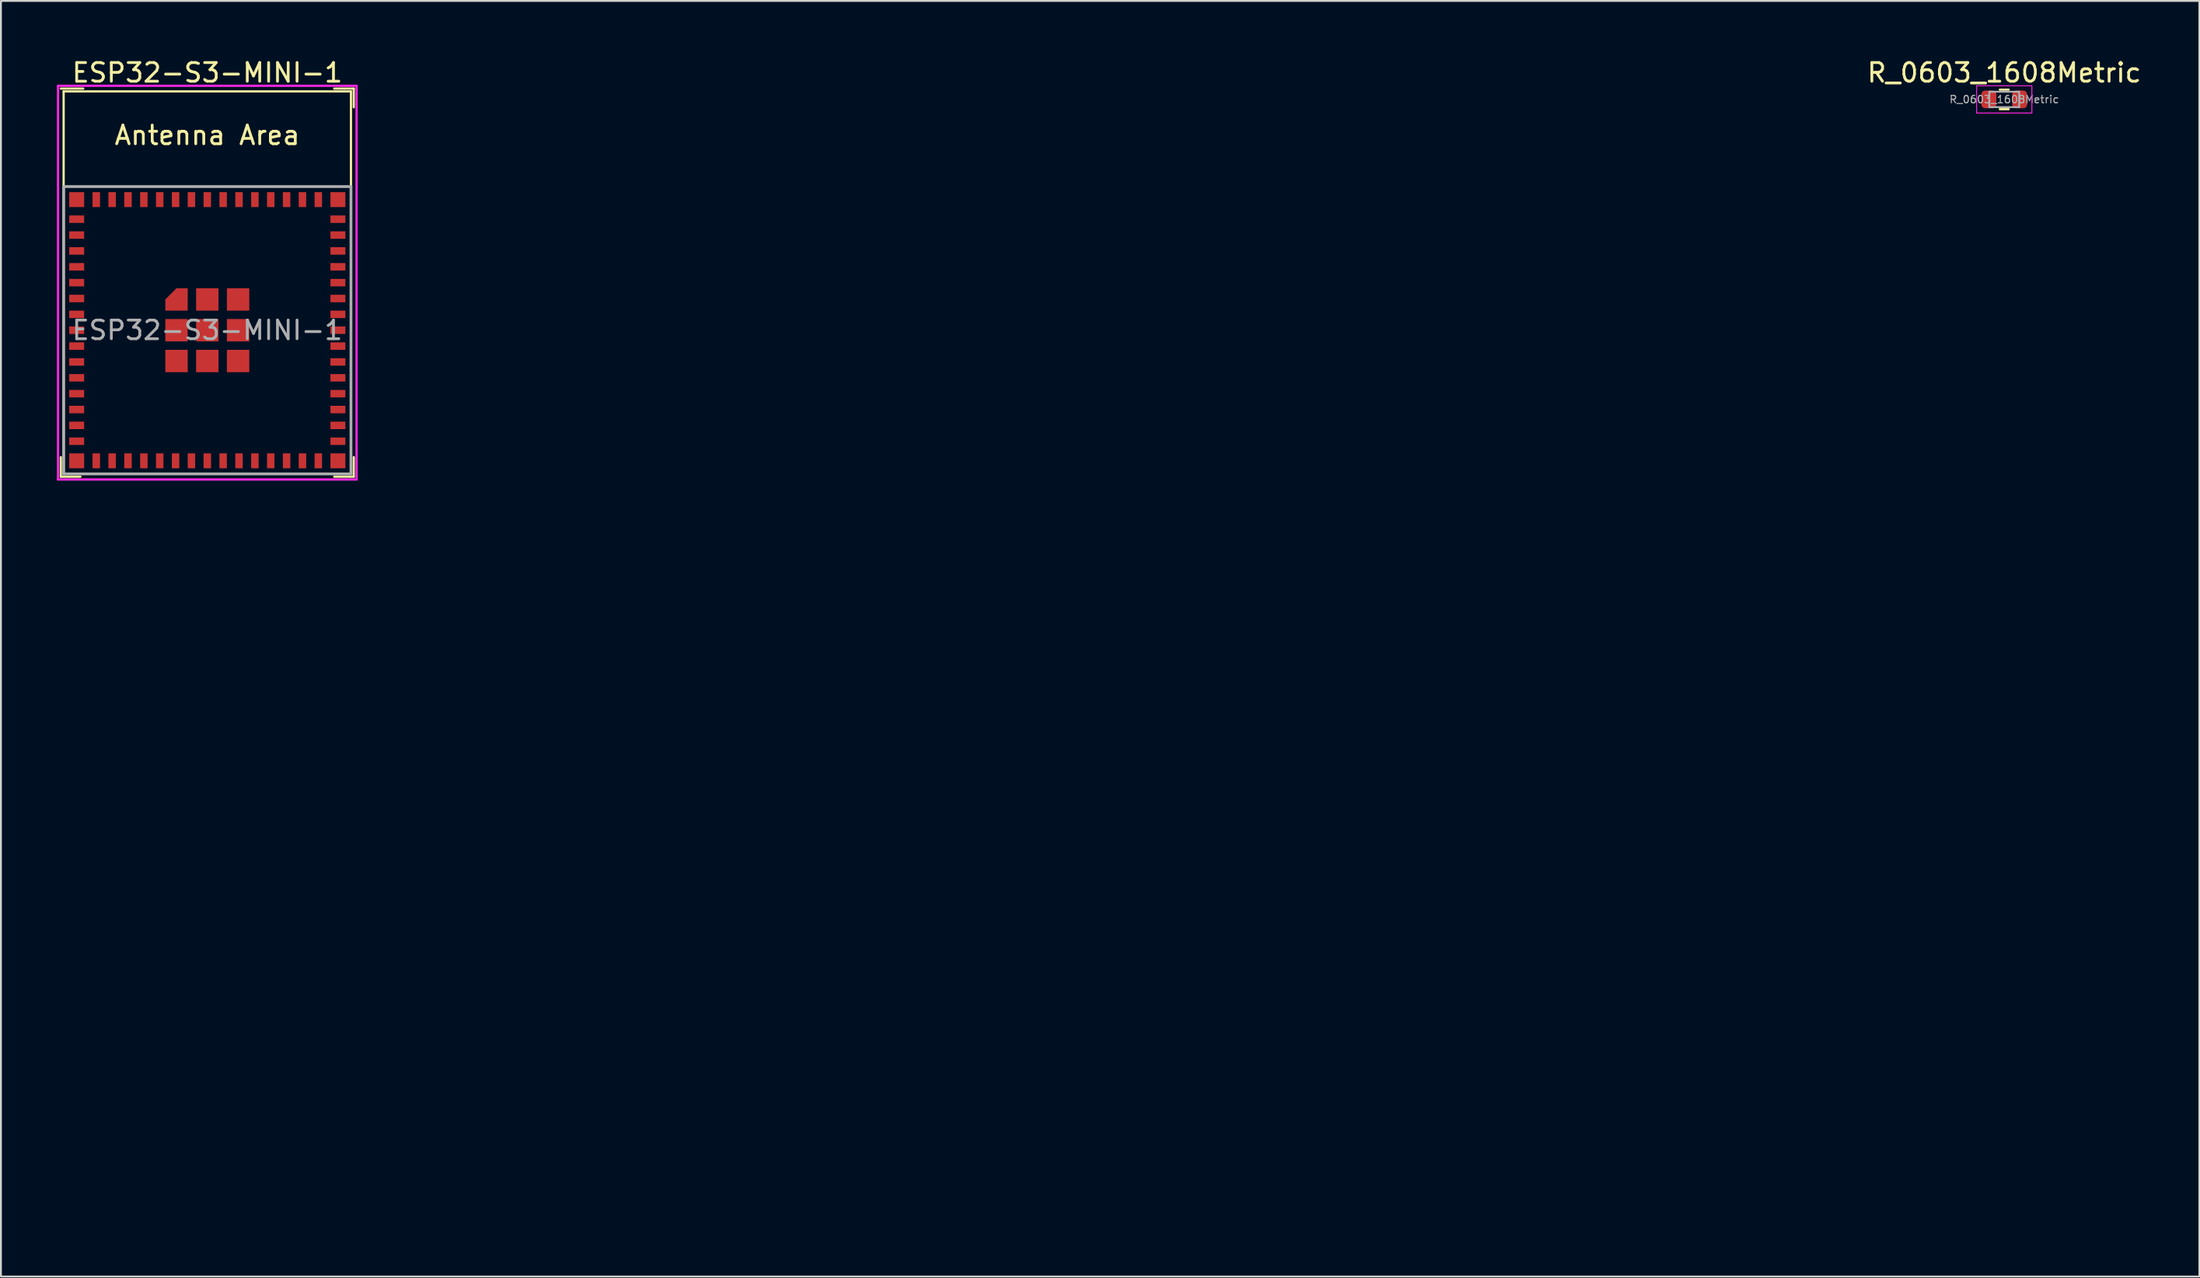
<source format=kicad_pcb>
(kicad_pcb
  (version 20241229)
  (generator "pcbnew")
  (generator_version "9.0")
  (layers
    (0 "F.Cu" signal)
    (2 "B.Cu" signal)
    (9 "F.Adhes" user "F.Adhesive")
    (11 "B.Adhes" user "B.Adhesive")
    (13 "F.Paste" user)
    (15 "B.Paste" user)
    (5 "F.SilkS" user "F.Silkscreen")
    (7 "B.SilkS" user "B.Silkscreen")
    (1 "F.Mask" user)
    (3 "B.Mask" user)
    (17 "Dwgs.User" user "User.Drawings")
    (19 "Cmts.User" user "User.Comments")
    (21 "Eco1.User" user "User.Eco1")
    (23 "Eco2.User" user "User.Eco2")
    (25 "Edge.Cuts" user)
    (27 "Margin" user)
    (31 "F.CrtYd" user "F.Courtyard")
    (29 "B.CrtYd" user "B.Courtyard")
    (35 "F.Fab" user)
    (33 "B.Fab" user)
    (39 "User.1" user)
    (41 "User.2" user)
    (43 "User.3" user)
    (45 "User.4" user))
  (footprint "ESP32-S3-MINI-1"
    (layer "F.Cu")
    (at 8.06 14.648)
    (property "Reference" "ESP32-S3-MINI-1" (at 0 -13.8 0) (layer "F.SilkS") (effects (font (size 1 1) (thickness 0.15))))
    (attr smd)
    (fp_line (start -7.85 7.85) (end -7.85 6.8) (stroke (width 0.12) (type solid)) (layer "F.SilkS"))
    (fp_line (start -7.7 -12.8) (end -7.7 -7.7) (stroke (width 0.12) (type solid)) (layer "F.SilkS"))
    (fp_line (start -7.7 -12.8) (end 7.7 -12.8) (stroke (width 0.12) (type solid)) (layer "F.SilkS"))
    (fp_line (start -7.7 7.7) (end -7.7 -7.7) (stroke (width 0.12) (type solid)) (layer "F.SilkS"))
    (fp_line (start -6.8 7.85) (end -7.85 7.85) (stroke (width 0.12) (type solid)) (layer "F.SilkS"))
    (fp_line (start -6.65 -12.95) (end -7.85 -12.95) (stroke (width 0.12) (type solid)) (layer "F.SilkS"))
    (fp_line (start 6.8 -12.95) (end 7.85 -12.95) (stroke (width 0.12) (type solid)) (layer "F.SilkS"))
    (fp_line (start 6.8 7.85) (end 7.85 7.85) (stroke (width 0.12) (type solid)) (layer "F.SilkS"))
    (fp_line (start 7.7 -12.8) (end 7.7 -7.7) (stroke (width 0.12) (type solid)) (layer "F.SilkS"))
    (fp_line (start 7.7 -7.7) (end 7.7 7.7) (stroke (width 0.12) (type solid)) (layer "F.SilkS"))
    (fp_line (start 7.7 7.7) (end -7.7 7.7) (stroke (width 0.12) (type solid)) (layer "F.SilkS"))
    (fp_line (start 7.85 -12.95) (end 7.85 -11.95) (stroke (width 0.12) (type solid)) (layer "F.SilkS"))
    (fp_line (start 7.85 7.85) (end 7.85 6.8) (stroke (width 0.12) (type solid)) (layer "F.SilkS"))
    (fp_line (start -8 -13.1) (end -8 8) (stroke (width 0.12) (type solid)) (layer "F.CrtYd"))
    (fp_line (start -8 8) (end 8 8) (stroke (width 0.12) (type solid)) (layer "F.CrtYd"))
    (fp_line (start 8 -13.1) (end -8 -13.1) (stroke (width 0.12) (type solid)) (layer "F.CrtYd"))
    (fp_line (start 8 8) (end 8 -13.1) (stroke (width 0.12) (type solid)) (layer "F.CrtYd"))
    (fp_line (start -7.7 -7.7) (end -7.7 7.7) (stroke (width 0.15) (type solid)) (layer "F.Fab"))
    (fp_line (start -7.7 7.7) (end 7.7 7.7) (stroke (width 0.15) (type solid)) (layer "F.Fab"))
    (fp_line (start 7.7 -7.7) (end -7.7 -7.7) (stroke (width 0.15) (type solid)) (layer "F.Fab"))
    (fp_line (start 7.7 7.7) (end 7.7 -7.7) (stroke (width 0.15) (type solid)) (layer "F.Fab"))
    (fp_text user "Antenna Area" (at 0 -10.45 0) (layer "F.SilkS") (effects (font (size 1 1) (thickness 0.15))))
    (fp_text user "${REFERENCE}" (at 0 0 0) (layer "F.Fab") (effects (font (size 1 1) (thickness 0.15))))
    (pad "1" smd rect (at -7 -5.95 90) (size 0.4 0.8) (layers "F.Cu" "F.Mask" "F.Paste"))
    (pad "2" smd rect (at -7 -5.1 90) (size 0.4 0.8) (layers "F.Cu" "F.Mask" "F.Paste"))
    (pad "3" smd rect (at -7 -4.25 90) (size 0.4 0.8) (layers "F.Cu" "F.Mask" "F.Paste"))
    (pad "4" smd rect (at -7 -3.4 90) (size 0.4 0.8) (layers "F.Cu" "F.Mask" "F.Paste"))
    (pad "5" smd rect (at -7 -2.55 90) (size 0.4 0.8) (layers "F.Cu" "F.Mask" "F.Paste"))
    (pad "6" smd rect (at -7 -1.7 90) (size 0.4 0.8) (layers "F.Cu" "F.Mask" "F.Paste"))
    (pad "7" smd rect (at -7 -0.85 90) (size 0.4 0.8) (layers "F.Cu" "F.Mask" "F.Paste"))
    (pad "8" smd rect (at -7 0 90) (size 0.4 0.8) (layers "F.Cu" "F.Mask" "F.Paste"))
    (pad "9" smd rect (at -7 0.85 90) (size 0.4 0.8) (layers "F.Cu" "F.Mask" "F.Paste"))
    (pad "10" smd rect (at -7 1.7 90) (size 0.4 0.8) (layers "F.Cu" "F.Mask" "F.Paste"))
    (pad "11" smd rect (at -7 2.55 90) (size 0.4 0.8) (layers "F.Cu" "F.Mask" "F.Paste"))
    (pad "12" smd rect (at -7 3.4 90) (size 0.4 0.8) (layers "F.Cu" "F.Mask" "F.Paste"))
    (pad "13" smd rect (at -7 4.25 90) (size 0.4 0.8) (layers "F.Cu" "F.Mask" "F.Paste"))
    (pad "14" smd rect (at -7 5.1 90) (size 0.4 0.8) (layers "F.Cu" "F.Mask" "F.Paste"))
    (pad "15" smd rect (at -7 5.95 90) (size 0.4 0.8) (layers "F.Cu" "F.Mask" "F.Paste"))
    (pad "16" smd rect (at -5.95 7) (size 0.4 0.8) (layers "F.Cu" "F.Mask" "F.Paste"))
    (pad "17" smd rect (at -5.1 7) (size 0.4 0.8) (layers "F.Cu" "F.Mask" "F.Paste"))
    (pad "18" smd rect (at -4.25 7) (size 0.4 0.8) (layers "F.Cu" "F.Mask" "F.Paste"))
    (pad "19" smd rect (at -3.4 7) (size 0.4 0.8) (layers "F.Cu" "F.Mask" "F.Paste"))
    (pad "20" smd rect (at -2.55 7) (size 0.4 0.8) (layers "F.Cu" "F.Mask" "F.Paste"))
    (pad "21" smd rect (at -1.7 7) (size 0.4 0.8) (layers "F.Cu" "F.Mask" "F.Paste"))
    (pad "22" smd rect (at -0.85 7) (size 0.4 0.8) (layers "F.Cu" "F.Mask" "F.Paste"))
    (pad "23" smd rect (at 0 7) (size 0.4 0.8) (layers "F.Cu" "F.Mask" "F.Paste"))
    (pad "24" smd rect (at 0.85 7) (size 0.4 0.8) (layers "F.Cu" "F.Mask" "F.Paste"))
    (pad "25" smd rect (at 1.7 7) (size 0.4 0.8) (layers "F.Cu" "F.Mask" "F.Paste"))
    (pad "26" smd rect (at 2.55 7) (size 0.4 0.8) (layers "F.Cu" "F.Mask" "F.Paste"))
    (pad "27" smd rect (at 3.4 7) (size 0.4 0.8) (layers "F.Cu" "F.Mask" "F.Paste"))
    (pad "28" smd rect (at 4.25 7) (size 0.4 0.8) (layers "F.Cu" "F.Mask" "F.Paste"))
    (pad "29" smd rect (at 5.1 7) (size 0.4 0.8) (layers "F.Cu" "F.Mask" "F.Paste"))
    (pad "30" smd rect (at 5.95 7) (size 0.4 0.8) (layers "F.Cu" "F.Mask" "F.Paste"))
    (pad "31" smd rect (at 7 5.95 90) (size 0.4 0.8) (layers "F.Cu" "F.Mask" "F.Paste"))
    (pad "32" smd rect (at 7 5.1 90) (size 0.4 0.8) (layers "F.Cu" "F.Mask" "F.Paste"))
    (pad "33" smd rect (at 7 4.25 90) (size 0.4 0.8) (layers "F.Cu" "F.Mask" "F.Paste"))
    (pad "34" smd rect (at 7 3.4 90) (size 0.4 0.8) (layers "F.Cu" "F.Mask" "F.Paste"))
    (pad "35" smd rect (at 7 2.55 90) (size 0.4 0.8) (layers "F.Cu" "F.Mask" "F.Paste"))
    (pad "36" smd rect (at 7 1.7 90) (size 0.4 0.8) (layers "F.Cu" "F.Mask" "F.Paste"))
    (pad "37" smd rect (at 7 0.85 90) (size 0.4 0.8) (layers "F.Cu" "F.Mask" "F.Paste"))
    (pad "38" smd rect (at 7 0 90) (size 0.4 0.8) (layers "F.Cu" "F.Mask" "F.Paste"))
    (pad "39" smd rect (at 7 -0.85 90) (size 0.4 0.8) (layers "F.Cu" "F.Mask" "F.Paste"))
    (pad "40" smd rect (at 7 -1.7 90) (size 0.4 0.8) (layers "F.Cu" "F.Mask" "F.Paste"))
    (pad "41" smd rect (at 7 -2.55 90) (size 0.4 0.8) (layers "F.Cu" "F.Mask" "F.Paste"))
    (pad "42" smd rect (at 7 -3.4 90) (size 0.4 0.8) (layers "F.Cu" "F.Mask" "F.Paste"))
    (pad "43" smd rect (at 7 -4.25 90) (size 0.4 0.8) (layers "F.Cu" "F.Mask" "F.Paste"))
    (pad "44" smd rect (at 7 -5.1 90) (size 0.4 0.8) (layers "F.Cu" "F.Mask" "F.Paste"))
    (pad "45" smd rect (at 7 -5.95 90) (size 0.4 0.8) (layers "F.Cu" "F.Mask" "F.Paste"))
    (pad "46" smd rect (at 5.95 -7) (size 0.4 0.8) (layers "F.Cu" "F.Mask" "F.Paste"))
    (pad "47" smd rect (at 5.1 -7) (size 0.4 0.8) (layers "F.Cu" "F.Mask" "F.Paste"))
    (pad "48" smd rect (at 4.25 -7) (size 0.4 0.8) (layers "F.Cu" "F.Mask" "F.Paste"))
    (pad "49" smd rect (at 3.4 -7) (size 0.4 0.8) (layers "F.Cu" "F.Mask" "F.Paste"))
    (pad "50" smd rect (at 2.55 -7) (size 0.4 0.8) (layers "F.Cu" "F.Mask" "F.Paste"))
    (pad "51" smd rect (at 1.7 -7) (size 0.4 0.8) (layers "F.Cu" "F.Mask" "F.Paste"))
    (pad "52" smd rect (at 0.85 -7) (size 0.4 0.8) (layers "F.Cu" "F.Mask" "F.Paste"))
    (pad "53" smd rect (at 0 -7) (size 0.4 0.8) (layers "F.Cu" "F.Mask" "F.Paste"))
    (pad "54" smd rect (at -0.85 -7) (size 0.4 0.8) (layers "F.Cu" "F.Mask" "F.Paste"))
    (pad "55" smd rect (at -1.7 -7) (size 0.4 0.8) (layers "F.Cu" "F.Mask" "F.Paste"))
    (pad "56" smd rect (at -2.55 -7) (size 0.4 0.8) (layers "F.Cu" "F.Mask" "F.Paste"))
    (pad "57" smd rect (at -3.4 -7) (size 0.4 0.8) (layers "F.Cu" "F.Mask" "F.Paste"))
    (pad "58" smd rect (at -4.25 -7) (size 0.4 0.8) (layers "F.Cu" "F.Mask" "F.Paste"))
    (pad "59" smd rect (at -5.1 -7) (size 0.4 0.8) (layers "F.Cu" "F.Mask" "F.Paste"))
    (pad "60" smd rect (at -5.95 -7) (size 0.4 0.8) (layers "F.Cu" "F.Mask" "F.Paste"))
    (pad "61" smd custom (at -1.65 -1.65) (size 0.6 0.6) (layers "F.Cu" "F.Mask" "F.Paste") (options (anchor rect)) (primitives (gr_poly (pts (xy 0.6 0.6) (xy -0.6 0.6) (xy -0.6 0) (xy 0 -0.6) (xy 0.6 -0.6)) (width 0) (fill yes))))
    (pad "61" smd rect (at -1.65 0) (size 1.2 1.2) (layers "F.Cu" "F.Mask" "F.Paste"))
    (pad "61" smd rect (at -1.65 1.65) (size 1.2 1.2) (layers "F.Cu" "F.Mask" "F.Paste"))
    (pad "61" smd rect (at 0 -1.65) (size 1.2 1.2) (layers "F.Cu" "F.Mask" "F.Paste"))
    (pad "61" smd rect (at 0 0) (size 1.2 1.2) (layers "F.Cu" "F.Mask" "F.Paste"))
    (pad "61" smd rect (at 0 1.65) (size 1.2 1.2) (layers "F.Cu" "F.Mask" "F.Paste"))
    (pad "61" smd rect (at 1.65 -1.65) (size 1.2 1.2) (layers "F.Cu" "F.Mask" "F.Paste"))
    (pad "61" smd rect (at 1.65 0) (size 1.2 1.2) (layers "F.Cu" "F.Mask" "F.Paste"))
    (pad "61" smd rect (at 1.65 1.65) (size 1.2 1.2) (layers "F.Cu" "F.Mask" "F.Paste"))
    (pad "62" smd rect (at -7 -7 180) (size 0.8 0.8) (layers "F.Cu" "F.Mask" "F.Paste"))
    (pad "63" smd rect (at -7 7 180) (size 0.8 0.8) (layers "F.Cu" "F.Mask" "F.Paste"))
    (pad "64" smd rect (at 7 7 180) (size 0.8 0.8) (layers "F.Cu" "F.Mask" "F.Paste"))
    (pad "65" smd rect (at 7 -7 180) (size 0.8 0.8) (layers "F.Cu" "F.Mask" "F.Paste"))
    (zone (net_name "") (layers "F.Cu" "B.Cu") (name "antenna keepout") (hatch edge 0.508) (connect_pads) (min_thickness 0.254) (filled_areas_thickness no) (keepout (tracks not_allowed) (vias not_allowed) (pads not_allowed) (copperpour not_allowed) (footprints not_allowed)) (placement (enabled no)) (fill) (polygon (pts (xy 93.907 62.363) (xy 78.507 62.363) (xy 78.507 57.263) (xy 93.907 57.263)))))
  (footprint "R_0603_1608Metric"
    (layer "F.Cu")
    (at 104.366 2.278)
    (property "Reference" "R_0603_1608Metric" (at 0 -1.43 0) (layer "F.SilkS") (effects (font (size 1 1) (thickness 0.15))))
    (attr smd)
    (fp_line (start -0.237 -0.522) (end 0.237 -0.522) (stroke (width 0.12) (type solid)) (layer "F.SilkS"))
    (fp_line (start -0.237 0.522) (end 0.237 0.522) (stroke (width 0.12) (type solid)) (layer "F.SilkS"))
    (fp_line (start -1.48 -0.73) (end 1.48 -0.73) (stroke (width 0.05) (type solid)) (layer "F.CrtYd"))
    (fp_line (start -1.48 0.73) (end -1.48 -0.73) (stroke (width 0.05) (type solid)) (layer "F.CrtYd"))
    (fp_line (start 1.48 -0.73) (end 1.48 0.73) (stroke (width 0.05) (type solid)) (layer "F.CrtYd"))
    (fp_line (start 1.48 0.73) (end -1.48 0.73) (stroke (width 0.05) (type solid)) (layer "F.CrtYd"))
    (fp_line (start -0.8 -0.412) (end 0.8 -0.412) (stroke (width 0.1) (type solid)) (layer "F.Fab"))
    (fp_line (start -0.8 0.412) (end -0.8 -0.412) (stroke (width 0.1) (type solid)) (layer "F.Fab"))
    (fp_line (start 0.8 -0.412) (end 0.8 0.412) (stroke (width 0.1) (type solid)) (layer "F.Fab"))
    (fp_line (start 0.8 0.412) (end -0.8 0.412) (stroke (width 0.1) (type solid)) (layer "F.Fab"))
    (fp_text user "${REFERENCE}" (at 0 0 0) (layer "F.Fab") (effects (font (size 0.4 0.4) (thickness 0.06))))
    (pad "1" smd roundrect (at -0.825 0) (size 0.8 0.95) (layers "F.Cu" "F.Mask" "F.Paste") (roundrect_rratio 0.25))
    (pad "2" smd roundrect (at 0.825 0) (size 0.8 0.95) (layers "F.Cu" "F.Mask" "F.Paste") (roundrect_rratio 0.25)))
  (gr_rect
    (start -3 -3)
    (end 114.824 65.363)
    (stroke (width 0.1) (type default))
    (fill no)
    (layer "Edge.Cuts")))
</source>
